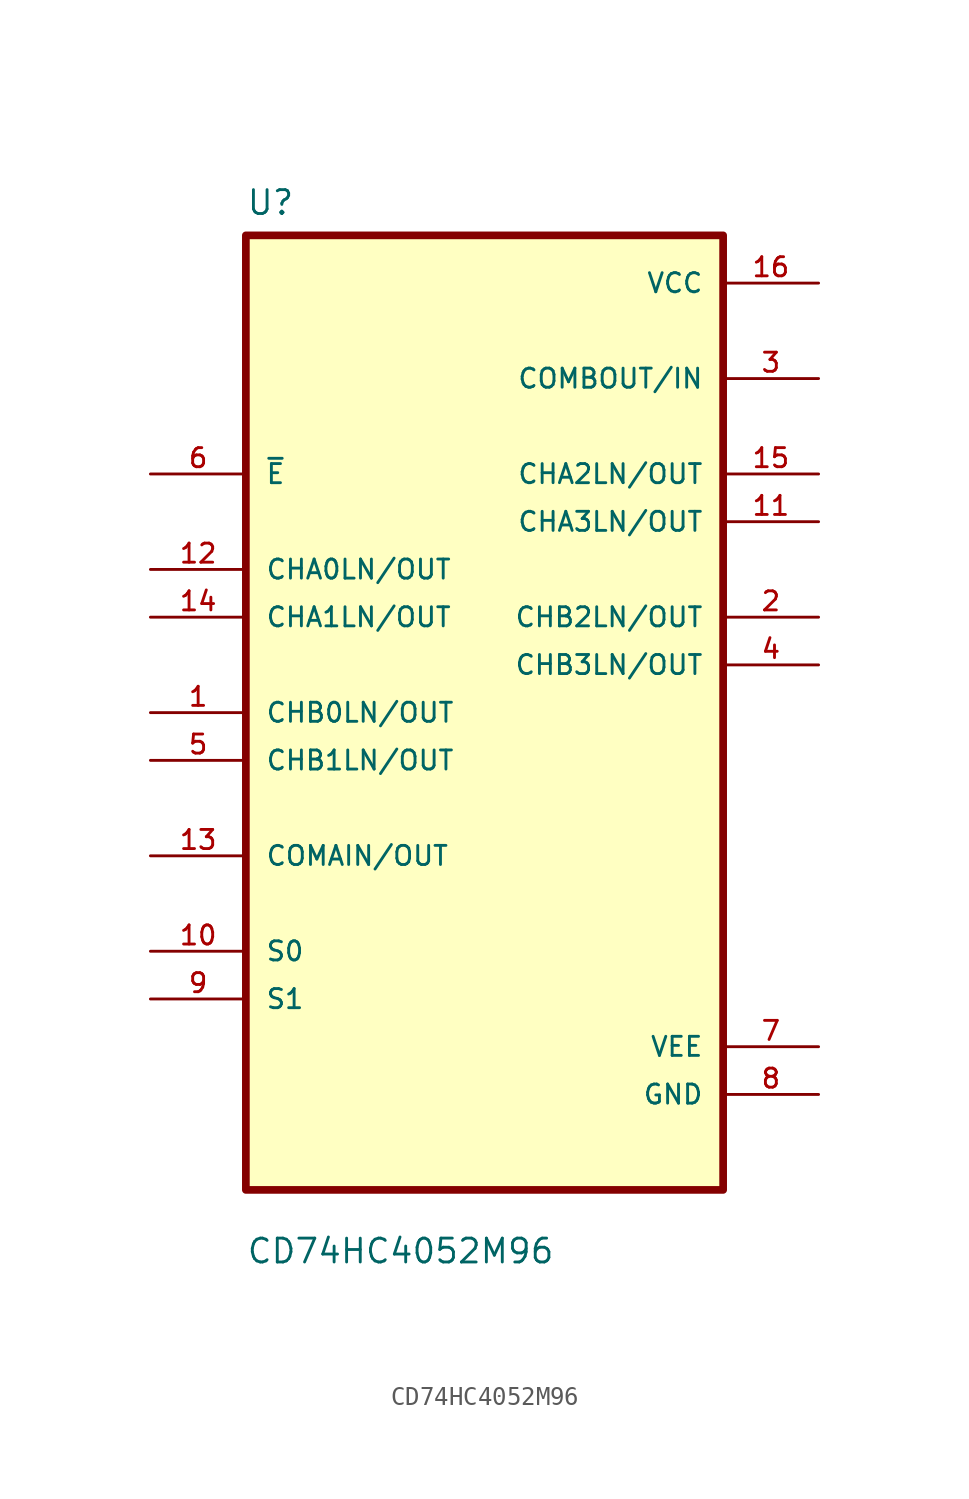
<source format=kicad_sym>
(kicad_symbol_lib
  (version 20211014)
  (generator kicad_symbol_editor)
  (symbol "CD74HC4052M96"
    (pin_names
      (offset 1.016))
    (property "Reference" "U"
      (at -12.7 26.4 0.0)
      (effects (font (size 1.27 1.27)) (justify bottom left)))
    (property "Value" "CD74HC4052M96"
      (at -12.7 -29.4 0.0)
      (effects (font (size 1.27 1.27)) (justify bottom left)))
    (symbol "CD74HC4052M96_0_0"
      (rectangle (start -12.7 -25.4) (end 12.7 25.4) (stroke (width 0.41)) (fill (type background)))
      (pin bidirectional line (at -17.78 12.7 0) (length 5.08) (name "~{E}" (effects (font (size 1.016 1.016)))) (number "6" (effects (font (size 1.016 1.016)))))
      (pin bidirectional line (at -17.78 7.62 0) (length 5.08) (name "CHA0LN/OUT" (effects (font (size 1.016 1.016)))) (number "12" (effects (font (size 1.016 1.016)))))
      (pin bidirectional line (at -17.78 5.08 0) (length 5.08) (name "CHA1LN/OUT" (effects (font (size 1.016 1.016)))) (number "14" (effects (font (size 1.016 1.016)))))
      (pin bidirectional line (at -17.78 3.55271e-15 0) (length 5.08) (name "CHB0LN/OUT" (effects (font (size 1.016 1.016)))) (number "1" (effects (font (size 1.016 1.016)))))
      (pin bidirectional line (at -17.78 -2.54 0) (length 5.08) (name "CHB1LN/OUT" (effects (font (size 1.016 1.016)))) (number "5" (effects (font (size 1.016 1.016)))))
      (pin bidirectional line (at -17.78 -7.62 0) (length 5.08) (name "COMAIN/OUT" (effects (font (size 1.016 1.016)))) (number "13" (effects (font (size 1.016 1.016)))))
      (pin bidirectional line (at -17.78 -12.7 0) (length 5.08) (name "S0" (effects (font (size 1.016 1.016)))) (number "10" (effects (font (size 1.016 1.016)))))
      (pin bidirectional line (at -17.78 -15.24 0) (length 5.08) (name "S1" (effects (font (size 1.016 1.016)))) (number "9" (effects (font (size 1.016 1.016)))))
      (pin power_in line (at 17.78 22.86 180.0) (length 5.08) (name "VCC" (effects (font (size 1.016 1.016)))) (number "16" (effects (font (size 1.016 1.016)))))
      (pin output line (at 17.78 17.78 180.0) (length 5.08) (name "COMBOUT/IN" (effects (font (size 1.016 1.016)))) (number "3" (effects (font (size 1.016 1.016)))))
      (pin bidirectional line (at 17.78 12.7 180.0) (length 5.08) (name "CHA2LN/OUT" (effects (font (size 1.016 1.016)))) (number "15" (effects (font (size 1.016 1.016)))))
      (pin bidirectional line (at 17.78 10.16 180.0) (length 5.08) (name "CHA3LN/OUT" (effects (font (size 1.016 1.016)))) (number "11" (effects (font (size 1.016 1.016)))))
      (pin bidirectional line (at 17.78 5.08 180.0) (length 5.08) (name "CHB2LN/OUT" (effects (font (size 1.016 1.016)))) (number "2" (effects (font (size 1.016 1.016)))))
      (pin bidirectional line (at 17.78 2.54 180.0) (length 5.08) (name "CHB3LN/OUT" (effects (font (size 1.016 1.016)))) (number "4" (effects (font (size 1.016 1.016)))))
      (pin power_in line (at 17.78 -17.78 180.0) (length 5.08) (name "VEE" (effects (font (size 1.016 1.016)))) (number "7" (effects (font (size 1.016 1.016)))))
      (pin power_in line (at 17.78 -20.32 180.0) (length 5.08) (name "GND" (effects (font (size 1.016 1.016)))) (number "8" (effects (font (size 1.016 1.016))))))))
</source>
